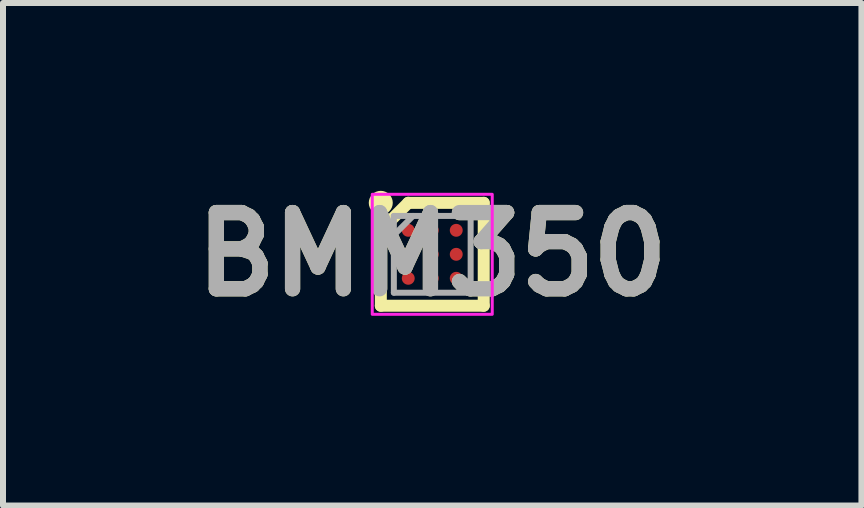
<source format=kicad_pcb>
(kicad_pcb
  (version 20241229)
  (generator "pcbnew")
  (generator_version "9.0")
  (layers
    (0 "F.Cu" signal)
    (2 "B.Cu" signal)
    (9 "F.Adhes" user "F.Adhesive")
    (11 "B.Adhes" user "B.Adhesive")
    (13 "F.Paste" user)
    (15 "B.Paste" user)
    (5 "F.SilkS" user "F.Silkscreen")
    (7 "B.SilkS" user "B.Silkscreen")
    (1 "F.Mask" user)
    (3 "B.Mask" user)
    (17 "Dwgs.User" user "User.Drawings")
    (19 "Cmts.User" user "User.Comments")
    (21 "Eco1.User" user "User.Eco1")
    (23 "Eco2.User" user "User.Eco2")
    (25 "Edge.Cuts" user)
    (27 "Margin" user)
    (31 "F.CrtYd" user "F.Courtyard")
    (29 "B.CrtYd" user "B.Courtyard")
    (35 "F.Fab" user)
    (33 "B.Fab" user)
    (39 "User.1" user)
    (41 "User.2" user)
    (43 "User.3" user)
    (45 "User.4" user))
  (footprint "BMM350"
    (layer "F.Cu")
    (at 4.155 1.189)
    (property "Reference" "BMM350" (at 0 0 0) (layer "F.SilkS") (effects (font (size 1.27 1.27) (thickness 0.254))))
    (attr smd)
    (fp_line (start -0.857 -0.401) (end -0.399 -0.859) (stroke (width 0.2) (type solid)) (layer "F.SilkS"))
    (fp_line (start -0.857 0.857) (end -0.857 -0.401) (stroke (width 0.2) (type solid)) (layer "F.SilkS"))
    (fp_line (start -0.4 -0.858) (end 0.858 -0.858) (stroke (width 0.2) (type solid)) (layer "F.SilkS"))
    (fp_line (start 0.858 -0.858) (end 0.858 0.857) (stroke (width 0.2) (type solid)) (layer "F.SilkS"))
    (fp_line (start 0.858 0.857) (end -0.857 0.857) (stroke (width 0.2) (type solid)) (layer "F.SilkS"))
    (fp_circle (center -0.858 -0.858) (end -0.858 -0.758) (stroke (width 0.2) (type solid)) (fill no) (layer "F.SilkS"))
    (fp_rect (start -1 -1) (end 1 1) (stroke (width 0.05) (type solid)) (fill no) (layer "F.CrtYd"))
    (fp_line (start -0.64 -0.64) (end 0.64 -0.64) (stroke (width 0.1) (type solid)) (layer "F.Fab"))
    (fp_line (start -0.64 -0.32) (end -0.32 -0.64) (stroke (width 0.1) (type solid)) (layer "F.Fab"))
    (fp_line (start -0.64 0.64) (end -0.64 -0.64) (stroke (width 0.1) (type solid)) (layer "F.Fab"))
    (fp_line (start 0.64 -0.64) (end 0.64 0.64) (stroke (width 0.1) (type solid)) (layer "F.Fab"))
    (fp_line (start 0.64 0.64) (end -0.64 0.64) (stroke (width 0.1) (type solid)) (layer "F.Fab"))
    (fp_text user "${REFERENCE}" (at 0 0 0) (layer "F.Fab") (effects (font (size 1.27 1.27) (thickness 0.254))))
    (pad "A1" smd circle (at -0.4 -0.4 90) (size 0.215 0.215) (layers "F.Cu" "F.Mask" "F.Paste"))
    (pad "A2" smd circle (at 0 -0.4 90) (size 0.215 0.215) (layers "F.Cu" "F.Mask" "F.Paste"))
    (pad "A3" smd circle (at 0.4 -0.4 90) (size 0.215 0.215) (layers "F.Cu" "F.Mask" "F.Paste"))
    (pad "B1" smd circle (at -0.4 0 90) (size 0.215 0.215) (layers "F.Cu" "F.Mask" "F.Paste"))
    (pad "B2" smd circle (at 0 0 90) (size 0.215 0.215) (layers "F.Cu" "F.Mask" "F.Paste"))
    (pad "B3" smd circle (at 0.4 0 90) (size 0.215 0.215) (layers "F.Cu" "F.Mask" "F.Paste"))
    (pad "C1" smd circle (at -0.4 0.4 90) (size 0.215 0.215) (layers "F.Cu" "F.Mask" "F.Paste"))
    (pad "C2" smd circle (at 0 0.4 90) (size 0.215 0.215) (layers "F.Cu" "F.Mask" "F.Paste"))
    (pad "C3" smd circle (at 0.4 0.4 90) (size 0.215 0.215) (layers "F.Cu" "F.Mask" "F.Paste")))
  (gr_rect
    (start -3 -3)
    (end 11.309 5.377)
    (stroke (width 0.1) (type default))
    (fill no)
    (layer "Edge.Cuts")))
</source>
